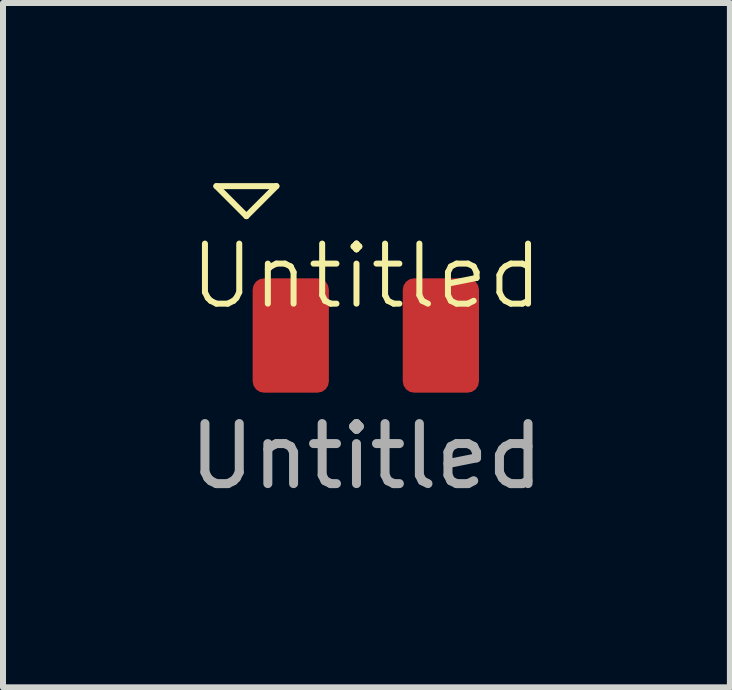
<source format=kicad_pcb>
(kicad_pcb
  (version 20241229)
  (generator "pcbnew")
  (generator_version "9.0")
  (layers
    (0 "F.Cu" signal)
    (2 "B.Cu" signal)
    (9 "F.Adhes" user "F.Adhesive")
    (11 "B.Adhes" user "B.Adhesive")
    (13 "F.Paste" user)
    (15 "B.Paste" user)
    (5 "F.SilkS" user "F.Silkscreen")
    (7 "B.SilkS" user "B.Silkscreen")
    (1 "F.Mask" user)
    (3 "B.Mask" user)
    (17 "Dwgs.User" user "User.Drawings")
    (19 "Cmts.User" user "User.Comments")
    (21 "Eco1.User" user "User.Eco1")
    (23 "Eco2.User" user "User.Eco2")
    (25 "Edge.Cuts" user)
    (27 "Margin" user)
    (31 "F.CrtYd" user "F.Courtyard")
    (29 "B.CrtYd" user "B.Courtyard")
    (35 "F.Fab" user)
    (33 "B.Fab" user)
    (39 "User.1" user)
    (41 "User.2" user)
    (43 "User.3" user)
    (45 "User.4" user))
  (footprint "Untitled"
    (layer "F.Cu")
    (at 3.054 2.05)
    (property "Reference" "Untitled" (at 0 -0.5 0) (unlocked yes) (layer "F.SilkS") (effects (font (size 1 1) (thickness 0.1))))
    (attr smd)
    (fp_line (start -2.5 -2) (end -2 -1.5) (stroke (width 0.1) (type default)) (layer "F.SilkS"))
    (fp_line (start -2 -1.5) (end -1.5 -2) (stroke (width 0.1) (type default)) (layer "F.SilkS"))
    (fp_line (start -1.5 -2) (end -2.5 -2) (stroke (width 0.1) (type default)) (layer "F.SilkS"))
    (fp_text user "${REFERENCE}" (at 0 2.5 0) (unlocked yes) (layer "F.Fab") (effects (font (size 1 1) (thickness 0.15))))
    (pad "1" smd roundrect (at -1.261 0.488 90) (size 1.905 1.27) (layers "F.Cu" "F.Mask" "F.Paste") (roundrect_rratio 0.15))
    (pad "2" smd roundrect (at 1.239 0.488 90) (size 1.905 1.27) (layers "F.Cu" "F.Mask" "F.Paste") (roundrect_rratio 0.15)))
  (gr_rect
    (start -3 -3)
    (end 9.107 8.398)
    (stroke (width 0.1) (type default))
    (fill no)
    (layer "Edge.Cuts")))
</source>
